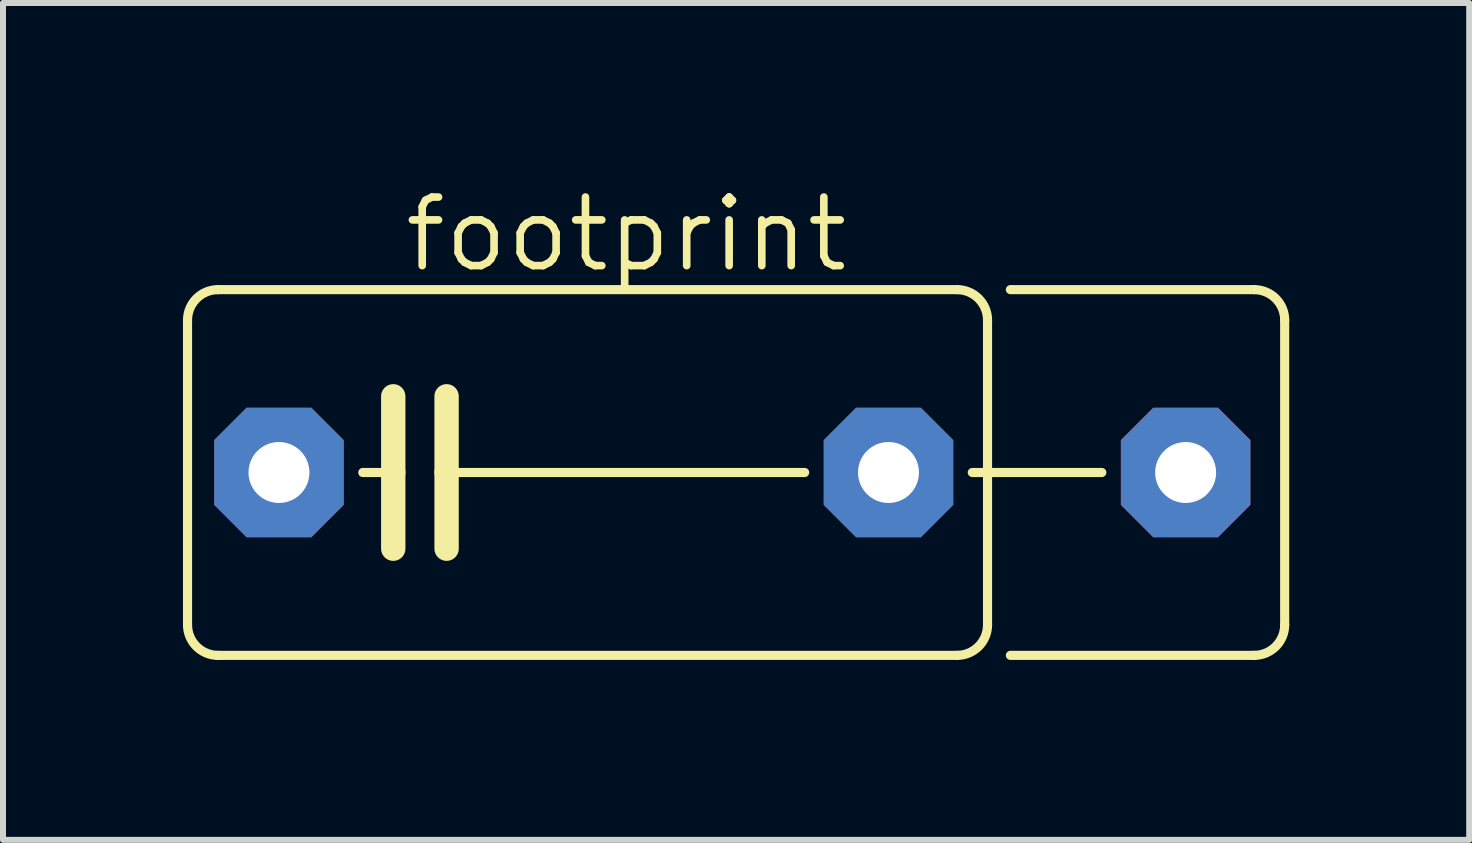
<source format=kicad_pcb>
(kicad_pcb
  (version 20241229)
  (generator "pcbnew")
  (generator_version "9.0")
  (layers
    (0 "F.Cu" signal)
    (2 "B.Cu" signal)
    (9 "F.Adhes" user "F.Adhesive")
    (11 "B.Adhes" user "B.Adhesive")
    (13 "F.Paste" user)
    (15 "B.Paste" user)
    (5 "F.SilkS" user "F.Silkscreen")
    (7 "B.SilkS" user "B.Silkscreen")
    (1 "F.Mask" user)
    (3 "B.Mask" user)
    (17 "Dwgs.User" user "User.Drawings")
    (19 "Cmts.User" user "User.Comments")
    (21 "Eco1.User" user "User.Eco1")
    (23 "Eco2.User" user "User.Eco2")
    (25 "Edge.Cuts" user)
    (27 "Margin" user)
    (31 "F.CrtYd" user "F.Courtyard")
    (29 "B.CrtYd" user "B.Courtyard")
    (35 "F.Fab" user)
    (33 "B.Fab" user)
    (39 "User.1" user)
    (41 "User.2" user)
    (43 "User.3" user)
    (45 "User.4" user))
  (footprint "footprint"
    (layer "F.Cu")
    (at 6.68 4.826)
    (property "Reference" "footprint" (at -3.048 -3.302 0) (layer "F.SilkS") (effects (font (size 1.143 1.143) (thickness 0.127)) (justify left bottom)))
    (fp_line (start -6.604 2.54) (end -6.604 -2.54) (stroke (width 0.152) (type solid)) (layer "F.SilkS"))
    (fp_line (start -6.096 -3.048) (end 6.223 -3.048) (stroke (width 0.152) (type solid)) (layer "F.SilkS"))
    (fp_line (start -3.683 0) (end -3.175 0) (stroke (width 0.152) (type solid)) (layer "F.SilkS"))
    (fp_line (start -3.175 -1.27) (end -3.175 0) (stroke (width 0.406) (type solid)) (layer "F.SilkS"))
    (fp_line (start -3.175 0) (end -3.175 1.27) (stroke (width 0.406) (type solid)) (layer "F.SilkS"))
    (fp_line (start -2.286 -1.27) (end -2.286 0) (stroke (width 0.406) (type solid)) (layer "F.SilkS"))
    (fp_line (start -2.286 0) (end -2.286 1.27) (stroke (width 0.406) (type solid)) (layer "F.SilkS"))
    (fp_line (start -2.286 0) (end 3.683 0) (stroke (width 0.152) (type solid)) (layer "F.SilkS"))
    (fp_line (start 6.223 3.048) (end -6.096 3.048) (stroke (width 0.152) (type solid)) (layer "F.SilkS"))
    (fp_line (start 6.477 0) (end 8.636 0) (stroke (width 0.152) (type solid)) (layer "F.SilkS"))
    (fp_line (start 6.731 -2.54) (end 6.731 2.54) (stroke (width 0.152) (type solid)) (layer "F.SilkS"))
    (fp_line (start 7.112 -3.048) (end 11.176 -3.048) (stroke (width 0.152) (type solid)) (layer "F.SilkS"))
    (fp_line (start 11.176 3.048) (end 7.112 3.048) (stroke (width 0.152) (type solid)) (layer "F.SilkS"))
    (fp_line (start 11.684 -2.54) (end 11.684 2.54) (stroke (width 0.152) (type solid)) (layer "F.SilkS"))
    (fp_arc (start -6.604 -2.54) (mid -6.45521 -2.89921) (end -6.096 -3.048) (stroke (width 0.1524) (type solid)) (layer "F.SilkS"))
    (fp_arc (start -6.096 3.048) (mid -6.45521 2.89921) (end -6.604 2.54) (stroke (width 0.1524) (type solid)) (layer "F.SilkS"))
    (fp_arc (start 6.223 -3.048) (mid 6.58221 -2.89921) (end 6.731 -2.54) (stroke (width 0.1524) (type solid)) (layer "F.SilkS"))
    (fp_arc (start 6.731 2.54) (mid 6.58221 2.89921) (end 6.223 3.048) (stroke (width 0.1524) (type solid)) (layer "F.SilkS"))
    (fp_arc (start 11.176 -3.048) (mid 11.53521 -2.89921) (end 11.684 -2.54) (stroke (width 0.1524) (type solid)) (layer "F.SilkS"))
    (fp_arc (start 11.684 2.54) (mid 11.53521 2.89921) (end 11.176 3.048) (stroke (width 0.1524) (type solid)) (layer "F.SilkS"))
    (pad "1" thru_hole roundrect (at -5.08 0) (size 2.159 2.159) (drill 1.016) (layers "*.Cu" "*.Mask") (roundrect_rratio 0.25) (chamfer_ratio 0.25) (chamfer top_left top_right bottom_left bottom_right))
    (pad "2" thru_hole roundrect (at 5.08 0) (size 2.159 2.159) (drill 1.016) (layers "*.Cu" "*.Mask") (roundrect_rratio 0.25) (chamfer_ratio 0.25) (chamfer top_left top_right bottom_left bottom_right))
    (pad "3" thru_hole roundrect (at 10.033 0) (size 2.159 2.159) (drill 1.016) (layers "*.Cu" "*.Mask") (roundrect_rratio 0.25) (chamfer_ratio 0.25) (chamfer top_left top_right bottom_left bottom_right)))
  (gr_rect
    (start -3 -3)
    (end 21.44 10.95)
    (stroke (width 0.1) (type default))
    (fill no)
    (layer "Edge.Cuts")))
</source>
